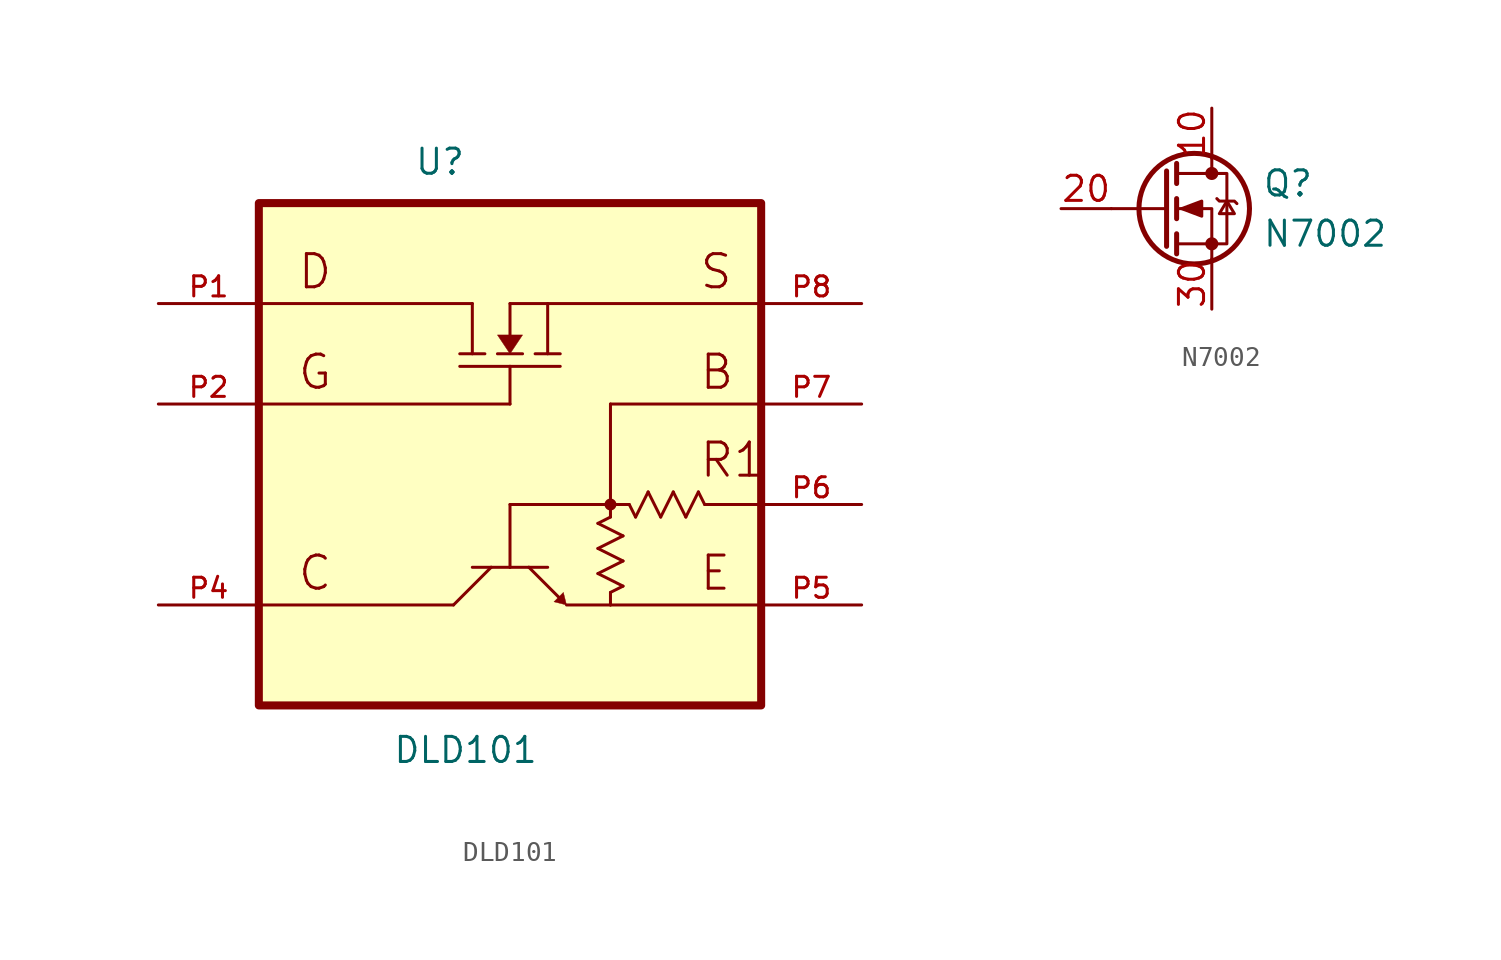
<source format=kicad_sym>
(kicad_symbol_lib
  (version 20231120)
  (generator "kicad_symbol_editor")
  (generator_version "8.0")
  (symbol "DLD101"
    (pin_names
      (offset 1.016) hide)
    (property "Reference" "U"
      (at -4.851 14.046 0)
      (effects (font (size 1.27 1.27)) (justify left bottom)))
    (property "Value" "DLD101"
      (at -5.944 -15.697 0)
      (effects (font (size 1.27 1.27)) (justify left bottom)))
    (symbol "DLD101_0_0"
      (rectangle (start -12.7 -12.7) (end 12.7 12.7) (stroke (width 0.406) (type default)) (fill (type background)))
      (polyline (pts (xy -12.7 -7.62) (xy -2.857 -7.62)) (stroke (width 0.152) (type default)) (fill (type none)))
      (polyline (pts (xy -12.7 2.54) (xy 0 2.54)) (stroke (width 0.152) (type default)) (fill (type none)))
      (polyline (pts (xy -12.7 7.62) (xy -1.905 7.62)) (stroke (width 0.152) (type default)) (fill (type none)))
      (polyline (pts (xy -2.857 -7.62) (xy -0.953 -5.715)) (stroke (width 0.152) (type default)) (fill (type none)))
      (polyline (pts (xy -2.54 5.08) (xy -1.27 5.08)) (stroke (width 0.152) (type default)) (fill (type none)))
      (polyline (pts (xy -1.905 -5.715) (xy -0.953 -5.715)) (stroke (width 0.152) (type default)) (fill (type none)))
      (polyline (pts (xy -1.905 7.62) (xy -1.905 5.08)) (stroke (width 0.152) (type default)) (fill (type none)))
      (polyline (pts (xy -0.953 -5.715) (xy 0 -5.715)) (stroke (width 0.152) (type default)) (fill (type none)))
      (polyline (pts (xy -0.635 5.08) (xy 0.635 5.08)) (stroke (width 0.152) (type default)) (fill (type none)))
      (polyline (pts (xy 0 -5.715) (xy 0.953 -5.715)) (stroke (width 0.152) (type default)) (fill (type none)))
      (polyline (pts (xy 0 -2.54) (xy 0 -5.715)) (stroke (width 0.152) (type default)) (fill (type none)))
      (polyline (pts (xy 0 2.54) (xy 0 4.445)) (stroke (width 0.152) (type default)) (fill (type none)))
      (polyline (pts (xy 0 4.445) (xy -2.54 4.445)) (stroke (width 0.152) (type default)) (fill (type none)))
      (polyline (pts (xy 0 4.445) (xy 2.54 4.445)) (stroke (width 0.152) (type default)) (fill (type none)))
      (polyline (pts (xy 0 7.62) (xy 0 5.715)) (stroke (width 0.152) (type default)) (fill (type none)))
      (polyline (pts (xy 0 7.62) (xy 12.7 7.62)) (stroke (width 0.152) (type default)) (fill (type none)))
      (polyline (pts (xy 0.953 -5.715) (xy 1.905 -5.715)) (stroke (width 0.152) (type default)) (fill (type none)))
      (polyline (pts (xy 0.953 -5.715) (xy 2.54 -7.303)) (stroke (width 0.152) (type default)) (fill (type none)))
      (polyline (pts (xy 1.27 5.08) (xy 2.54 5.08)) (stroke (width 0.152) (type default)) (fill (type none)))
      (polyline (pts (xy 1.905 7.62) (xy 1.905 5.08)) (stroke (width 0.152) (type default)) (fill (type none)))
      (polyline (pts (xy 4.445 -6.032) (xy 5.715 -6.668)) (stroke (width 0.152) (type default)) (fill (type none)))
      (polyline (pts (xy 4.445 -4.763) (xy 5.715 -5.397)) (stroke (width 0.152) (type default)) (fill (type none)))
      (polyline (pts (xy 4.445 -3.493) (xy 5.715 -4.128)) (stroke (width 0.152) (type default)) (fill (type none)))
      (polyline (pts (xy 5.08 -7.62) (xy 2.857 -7.62)) (stroke (width 0.152) (type default)) (fill (type none)))
      (polyline (pts (xy 5.08 -6.985) (xy 5.08 -7.62)) (stroke (width 0.152) (type default)) (fill (type none)))
      (polyline (pts (xy 5.08 -3.175) (xy 4.445 -3.493)) (stroke (width 0.152) (type default)) (fill (type none)))
      (polyline (pts (xy 5.08 -2.54) (xy 0 -2.54)) (stroke (width 0.152) (type default)) (fill (type none)))
      (polyline (pts (xy 5.08 -2.54) (xy 5.08 -3.175)) (stroke (width 0.152) (type default)) (fill (type none)))
      (polyline (pts (xy 5.08 2.54) (xy 5.08 -2.54)) (stroke (width 0.152) (type default)) (fill (type none)))
      (polyline (pts (xy 5.715 -6.668) (xy 5.08 -6.985)) (stroke (width 0.152) (type default)) (fill (type none)))
      (polyline (pts (xy 5.715 -5.397) (xy 4.445 -6.032)) (stroke (width 0.152) (type default)) (fill (type none)))
      (polyline (pts (xy 5.715 -4.128) (xy 4.445 -4.763)) (stroke (width 0.152) (type default)) (fill (type none)))
      (polyline (pts (xy 6.032 -2.54) (xy 5.08 -2.54)) (stroke (width 0.152) (type default)) (fill (type none)))
      (polyline (pts (xy 6.35 -3.175) (xy 6.032 -2.54)) (stroke (width 0.152) (type default)) (fill (type none)))
      (polyline (pts (xy 6.985 -1.905) (xy 6.35 -3.175)) (stroke (width 0.152) (type default)) (fill (type none)))
      (polyline (pts (xy 7.62 -3.175) (xy 6.985 -1.905)) (stroke (width 0.152) (type default)) (fill (type none)))
      (polyline (pts (xy 8.255 -1.905) (xy 7.62 -3.175)) (stroke (width 0.152) (type default)) (fill (type none)))
      (polyline (pts (xy 8.89 -3.175) (xy 8.255 -1.905)) (stroke (width 0.152) (type default)) (fill (type none)))
      (polyline (pts (xy 9.525 -1.905) (xy 8.89 -3.175)) (stroke (width 0.152) (type default)) (fill (type none)))
      (polyline (pts (xy 9.842 -2.54) (xy 9.525 -1.905)) (stroke (width 0.152) (type default)) (fill (type none)))
      (polyline (pts (xy 12.541 -7.62) (xy 5.08 -7.62)) (stroke (width 0.152) (type default)) (fill (type none)))
      (polyline (pts (xy 12.7 -2.54) (xy 9.842 -2.54)) (stroke (width 0.152) (type default)) (fill (type none)))
      (polyline (pts (xy 12.7 2.54) (xy 5.08 2.54)) (stroke (width 0.152) (type default)) (fill (type none)))
      (polyline (pts (xy -0.635 6.032) (xy 0 5.08) (xy 0.635 6.032) (xy -0.635 6.032)) (stroke (width 0.01) (type default)) (fill (type outline)))
      (polyline (pts (xy 2.857 -7.62) (xy 2.699 -6.985) (xy 2.223 -7.461) (xy 2.857 -7.62)) (stroke (width 0.01) (type default)) (fill (type outline)))
      (circle (center 5.08 -2.54) (radius 0.159) (stroke (width 0.152) (type default)) (fill (type none)))
      (circle (center 5.08 -2.54) (radius 0.225) (stroke (width 0.152) (type default)) (fill (type none)))
      (text "B" (at 9.525 3.175 0) (effects (font (size 1.676 1.676)) (justify left bottom)))
      (text "C" (at -10.795 -6.985 0) (effects (font (size 1.676 1.676)) (justify left bottom)))
      (text "D" (at -10.795 8.255 0) (effects (font (size 1.676 1.676)) (justify left bottom)))
      (text "E" (at 9.525 -6.985 0) (effects (font (size 1.676 1.676)) (justify left bottom)))
      (text "G" (at -10.795 3.175 0) (effects (font (size 1.676 1.676)) (justify left bottom)))
      (text "R1" (at 9.525 -1.27 0) (effects (font (size 1.676 1.676)) (justify left bottom)))
      (text "S" (at 9.525 8.255 0) (effects (font (size 1.676 1.676)) (justify left bottom)))
      (pin passive line (at -17.78 7.62 0) (length 5.08) (name "D" (effects (font (size 1.016 1.016)))) (number "P1" (effects (font (size 1.016 1.016)))))
      (pin passive line (at -17.78 2.54 0) (length 5.08) (name "G" (effects (font (size 1.016 1.016)))) (number "P2" (effects (font (size 1.016 1.016)))))
      (pin passive line (at -17.78 -7.62 0) (length 5.08) (name "C" (effects (font (size 1.016 1.016)))) (number "P4" (effects (font (size 1.016 1.016)))))
      (pin passive line (at 17.78 -7.62 180) (length 5.08) (name "E" (effects (font (size 1.016 1.016)))) (number "P5" (effects (font (size 1.016 1.016)))))
      (pin passive line (at 17.78 -2.54 180) (length 5.08) (name "R1" (effects (font (size 1.016 1.016)))) (number "P6" (effects (font (size 1.016 1.016)))))
      (pin passive line (at 17.78 2.54 180) (length 5.08) (name "B" (effects (font (size 1.016 1.016)))) (number "P7" (effects (font (size 1.016 1.016)))))
      (pin passive line (at 17.78 7.62 180) (length 5.08) (name "S" (effects (font (size 1.016 1.016)))) (number "P8" (effects (font (size 1.016 1.016)))))))
  (symbol "N7002"
    (pin_names
      (offset 0) hide)
    (property "Reference" "Q"
      (at 5.08 1.27 0)
      (effects (font (size 1.27 1.27)) (justify left)))
    (property "Value" "N7002"
      (at 5.08 -1.27 0)
      (effects (font (size 1.27 1.27)) (justify left)))
    (symbol "N7002_0_1"
      (polyline (pts (xy 0.254 0) (xy -2.54 0)) (stroke (width 0) (type default)) (fill (type none)))
      (polyline (pts (xy 0.254 1.905) (xy 0.254 -1.905)) (stroke (width 0.254) (type default)) (fill (type none)))
      (polyline (pts (xy 0.762 -1.27) (xy 0.762 -2.286)) (stroke (width 0.254) (type default)) (fill (type none)))
      (polyline (pts (xy 0.762 0.508) (xy 0.762 -0.508)) (stroke (width 0.254) (type default)) (fill (type none)))
      (polyline (pts (xy 0.762 2.286) (xy 0.762 1.27)) (stroke (width 0.254) (type default)) (fill (type none)))
      (polyline (pts (xy 2.54 2.54) (xy 2.54 1.778)) (stroke (width 0) (type default)) (fill (type none)))
      (polyline (pts (xy 2.54 -2.54) (xy 2.54 0) (xy 0.762 0)) (stroke (width 0) (type default)) (fill (type none)))
      (polyline (pts (xy 0.762 -1.778) (xy 3.302 -1.778) (xy 3.302 1.778) (xy 0.762 1.778)) (stroke (width 0) (type default)) (fill (type none)))
      (polyline (pts (xy 1.016 0) (xy 2.032 0.381) (xy 2.032 -0.381) (xy 1.016 0)) (stroke (width 0) (type default)) (fill (type outline)))
      (polyline (pts (xy 2.794 0.508) (xy 2.921 0.381) (xy 3.683 0.381) (xy 3.81 0.254)) (stroke (width 0) (type default)) (fill (type none)))
      (polyline (pts (xy 3.302 0.381) (xy 2.921 -0.254) (xy 3.683 -0.254) (xy 3.302 0.381)) (stroke (width 0) (type default)) (fill (type none)))
      (circle (center 1.651 0) (radius 2.794) (stroke (width 0.254) (type default)) (fill (type none)))
      (circle (center 2.54 -1.778) (radius 0.254) (stroke (width 0) (type default)) (fill (type outline)))
      (circle (center 2.54 1.778) (radius 0.254) (stroke (width 0) (type default)) (fill (type outline))))
    (symbol "N7002_1_1"
      (pin passive line (at 2.54 5.08 270) (length 2.54) (name "D" (effects (font (size 1.27 1.27)))) (number "10" (effects (font (size 1.27 1.27)))))
      (pin passive line (at -5.08 0 0) (length 2.54) (name "G" (effects (font (size 1.27 1.27)))) (number "20" (effects (font (size 1.27 1.27)))))
      (pin passive line (at 2.54 -5.08 90) (length 2.54) (name "S" (effects (font (size 1.27 1.27)))) (number "30" (effects (font (size 1.27 1.27))))))))
</source>
